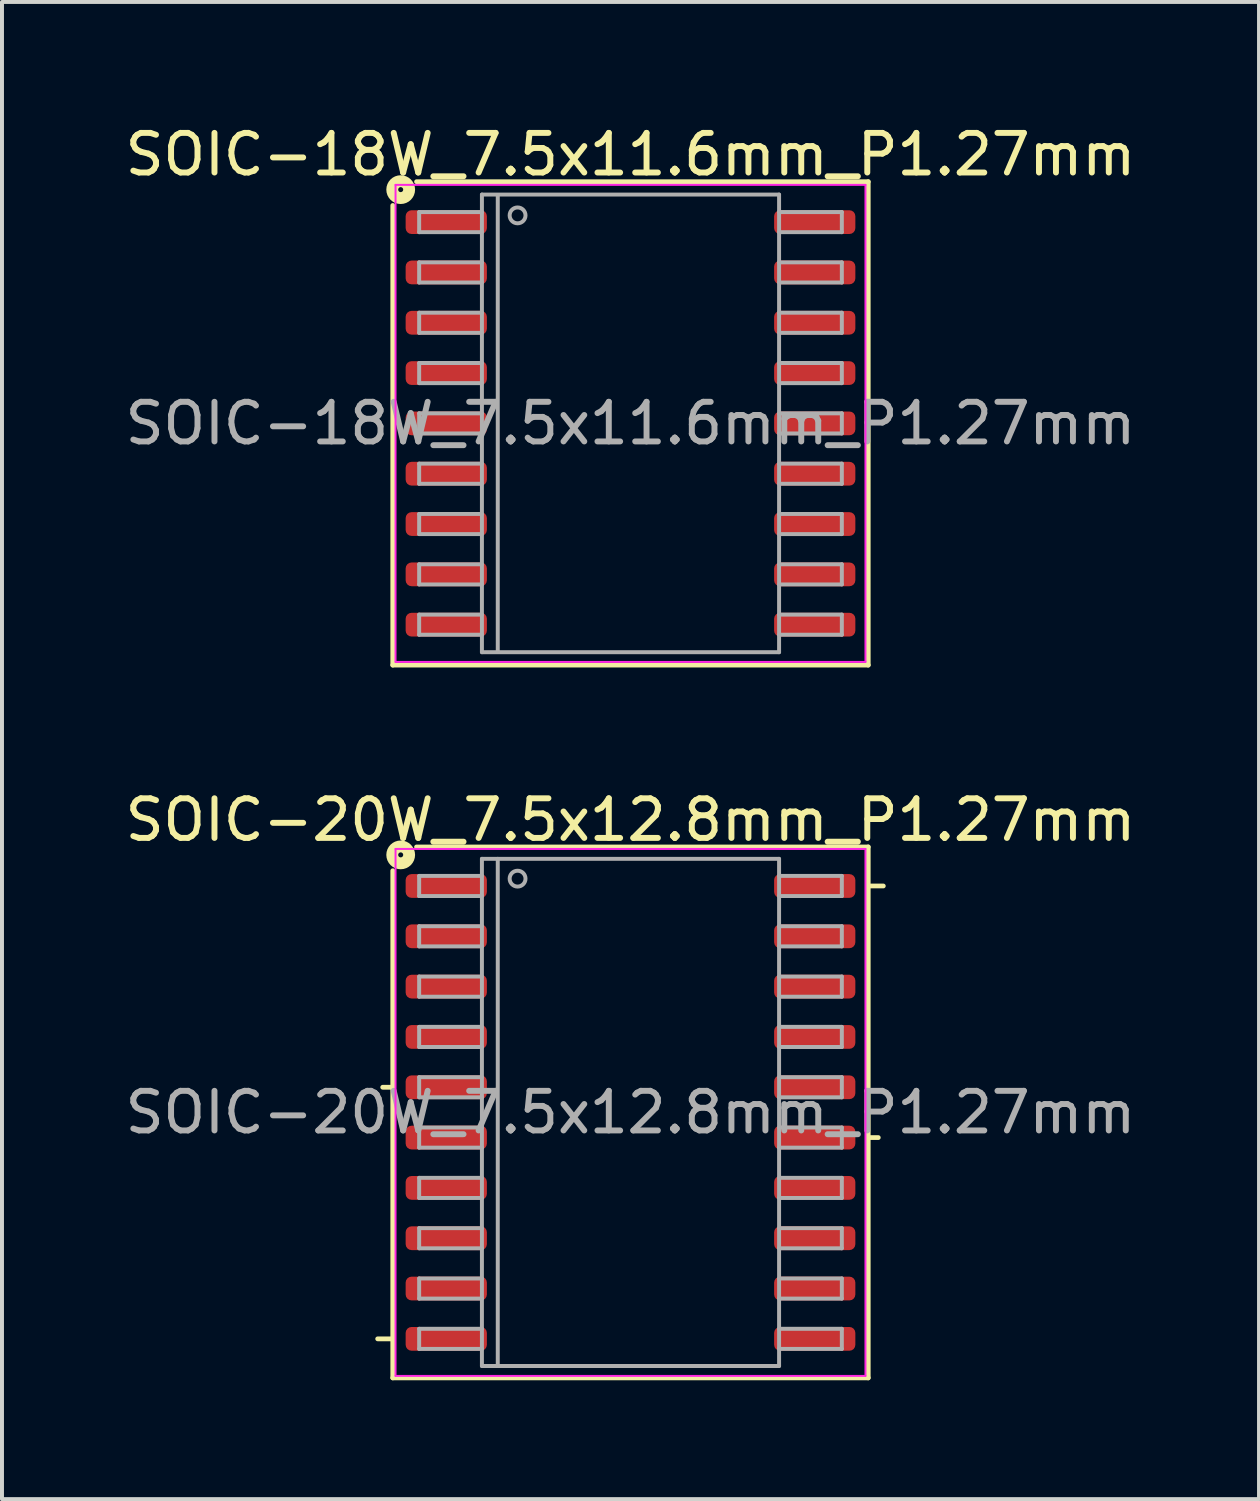
<source format=kicad_pcb>
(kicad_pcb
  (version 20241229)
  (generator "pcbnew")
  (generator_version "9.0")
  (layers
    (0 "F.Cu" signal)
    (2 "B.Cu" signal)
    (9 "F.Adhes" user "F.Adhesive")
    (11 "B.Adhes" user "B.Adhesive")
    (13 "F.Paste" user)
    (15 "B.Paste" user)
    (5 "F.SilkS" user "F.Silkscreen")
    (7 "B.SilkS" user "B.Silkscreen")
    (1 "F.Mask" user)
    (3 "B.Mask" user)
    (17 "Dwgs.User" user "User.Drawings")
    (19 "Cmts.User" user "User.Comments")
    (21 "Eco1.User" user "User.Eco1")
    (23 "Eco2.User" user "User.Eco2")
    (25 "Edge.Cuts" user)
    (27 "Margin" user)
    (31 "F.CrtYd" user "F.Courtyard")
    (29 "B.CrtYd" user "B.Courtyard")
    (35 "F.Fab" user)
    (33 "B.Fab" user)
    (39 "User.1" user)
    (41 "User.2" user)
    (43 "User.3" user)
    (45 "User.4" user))
  (footprint "SOIC-20W_7.5x12.8mm_P1.27mm"
    (layer "F.Cu")
    (at 12.863 25.026)
    (property "Reference" "SOIC-20W_7.5x12.8mm_P1.27mm" (at 0 -7.383 0) (layer "F.SilkS") (effects (font (size 1 1) (thickness 0.15))))
    (attr smd)
    (fp_line (start -6 -6.1) (end -6 6.7) (stroke (width 0.12) (type solid)) (layer "F.SilkS"))
    (fp_line (start -6 -0.635) (end -6.254 -0.635) (stroke (width 0.12) (type solid)) (layer "F.SilkS"))
    (fp_line (start -6 5.715) (end -6.381 5.715) (stroke (width 0.12) (type solid)) (layer "F.SilkS"))
    (fp_line (start -6 6.7) (end 6 6.7) (stroke (width 0.12) (type solid)) (layer "F.SilkS"))
    (fp_line (start 6 -6.7) (end -5.4 -6.7) (stroke (width 0.12) (type solid)) (layer "F.SilkS"))
    (fp_line (start 6 -5.715) (end 6.381 -5.715) (stroke (width 0.12) (type solid)) (layer "F.SilkS"))
    (fp_line (start 6 0.635) (end 6.254 0.635) (stroke (width 0.12) (type solid)) (layer "F.SilkS"))
    (fp_line (start 6 6.7) (end 6 -6.7) (stroke (width 0.12) (type solid)) (layer "F.SilkS"))
    (fp_circle (center -5.8 -6.5) (end -5.737 -6.5) (stroke (width 0.3) (type solid)) (fill no) (layer "F.SilkS"))
    (fp_line (start -5.93 -6.65) (end -5.93 6.65) (stroke (width 0.05) (type solid)) (layer "F.CrtYd"))
    (fp_line (start -5.93 6.65) (end 5.93 6.65) (stroke (width 0.05) (type solid)) (layer "F.CrtYd"))
    (fp_line (start 5.93 -6.65) (end -5.93 -6.65) (stroke (width 0.05) (type solid)) (layer "F.CrtYd"))
    (fp_line (start 5.93 6.65) (end 5.93 -6.65) (stroke (width 0.05) (type solid)) (layer "F.CrtYd"))
    (fp_line (start -5.334 -5.969) (end -5.334 -5.461) (stroke (width 0.1) (type solid)) (layer "F.Fab"))
    (fp_line (start -5.334 -5.969) (end -3.747 -5.969) (stroke (width 0.1) (type solid)) (layer "F.Fab"))
    (fp_line (start -5.334 -5.461) (end -3.747 -5.461) (stroke (width 0.1) (type solid)) (layer "F.Fab"))
    (fp_line (start -5.334 -4.699) (end -5.334 -4.191) (stroke (width 0.1) (type solid)) (layer "F.Fab"))
    (fp_line (start -5.334 -4.699) (end -3.747 -4.699) (stroke (width 0.1) (type solid)) (layer "F.Fab"))
    (fp_line (start -5.334 -4.191) (end -3.747 -4.191) (stroke (width 0.1) (type solid)) (layer "F.Fab"))
    (fp_line (start -5.334 -3.429) (end -5.334 -2.921) (stroke (width 0.1) (type solid)) (layer "F.Fab"))
    (fp_line (start -5.334 -3.429) (end -3.747 -3.429) (stroke (width 0.1) (type solid)) (layer "F.Fab"))
    (fp_line (start -5.334 -2.921) (end -3.747 -2.921) (stroke (width 0.1) (type solid)) (layer "F.Fab"))
    (fp_line (start -5.334 -2.159) (end -5.334 -1.651) (stroke (width 0.1) (type solid)) (layer "F.Fab"))
    (fp_line (start -5.334 -2.159) (end -3.747 -2.159) (stroke (width 0.1) (type solid)) (layer "F.Fab"))
    (fp_line (start -5.334 -1.651) (end -3.747 -1.651) (stroke (width 0.1) (type solid)) (layer "F.Fab"))
    (fp_line (start -5.334 -0.889) (end -5.334 -0.381) (stroke (width 0.1) (type solid)) (layer "F.Fab"))
    (fp_line (start -5.334 -0.889) (end -3.747 -0.889) (stroke (width 0.1) (type solid)) (layer "F.Fab"))
    (fp_line (start -5.334 -0.381) (end -3.747 -0.381) (stroke (width 0.1) (type solid)) (layer "F.Fab"))
    (fp_line (start -5.334 0.381) (end -5.334 0.889) (stroke (width 0.1) (type solid)) (layer "F.Fab"))
    (fp_line (start -5.334 0.381) (end -3.747 0.381) (stroke (width 0.1) (type solid)) (layer "F.Fab"))
    (fp_line (start -5.334 0.889) (end -3.747 0.889) (stroke (width 0.1) (type solid)) (layer "F.Fab"))
    (fp_line (start -5.334 1.651) (end -5.334 2.159) (stroke (width 0.1) (type solid)) (layer "F.Fab"))
    (fp_line (start -5.334 1.651) (end -3.747 1.651) (stroke (width 0.1) (type solid)) (layer "F.Fab"))
    (fp_line (start -5.334 2.159) (end -3.747 2.159) (stroke (width 0.1) (type solid)) (layer "F.Fab"))
    (fp_line (start -5.334 2.921) (end -5.334 3.429) (stroke (width 0.1) (type solid)) (layer "F.Fab"))
    (fp_line (start -5.334 2.921) (end -3.747 2.921) (stroke (width 0.1) (type solid)) (layer "F.Fab"))
    (fp_line (start -5.334 3.429) (end -3.747 3.429) (stroke (width 0.1) (type solid)) (layer "F.Fab"))
    (fp_line (start -5.334 4.191) (end -5.334 4.699) (stroke (width 0.1) (type solid)) (layer "F.Fab"))
    (fp_line (start -5.334 4.191) (end -3.747 4.191) (stroke (width 0.1) (type solid)) (layer "F.Fab"))
    (fp_line (start -5.334 4.699) (end -3.747 4.699) (stroke (width 0.1) (type solid)) (layer "F.Fab"))
    (fp_line (start -5.334 5.461) (end -5.334 5.969) (stroke (width 0.1) (type solid)) (layer "F.Fab"))
    (fp_line (start -5.334 5.461) (end -3.747 5.461) (stroke (width 0.1) (type solid)) (layer "F.Fab"))
    (fp_line (start -5.334 5.969) (end -3.747 5.969) (stroke (width 0.1) (type solid)) (layer "F.Fab"))
    (fp_line (start -3.75 -6.4) (end 3.75 -6.4) (stroke (width 0.1) (type solid)) (layer "F.Fab"))
    (fp_line (start -3.75 6.4) (end -3.75 -6.4) (stroke (width 0.1) (type solid)) (layer "F.Fab"))
    (fp_line (start -3.35 -6.4) (end -3.35 6.4) (stroke (width 0.1) (type solid)) (layer "F.Fab"))
    (fp_line (start 3.75 -6.4) (end 3.75 6.4) (stroke (width 0.1) (type solid)) (layer "F.Fab"))
    (fp_line (start 3.75 6.4) (end -3.75 6.4) (stroke (width 0.1) (type solid)) (layer "F.Fab"))
    (fp_line (start 5.334 -5.969) (end 3.747 -5.969) (stroke (width 0.1) (type solid)) (layer "F.Fab"))
    (fp_line (start 5.334 -5.461) (end 3.747 -5.461) (stroke (width 0.1) (type solid)) (layer "F.Fab"))
    (fp_line (start 5.334 -5.461) (end 5.334 -5.969) (stroke (width 0.1) (type solid)) (layer "F.Fab"))
    (fp_line (start 5.334 -4.699) (end 3.747 -4.699) (stroke (width 0.1) (type solid)) (layer "F.Fab"))
    (fp_line (start 5.334 -4.191) (end 3.747 -4.191) (stroke (width 0.1) (type solid)) (layer "F.Fab"))
    (fp_line (start 5.334 -4.191) (end 5.334 -4.699) (stroke (width 0.1) (type solid)) (layer "F.Fab"))
    (fp_line (start 5.334 -3.429) (end 3.747 -3.429) (stroke (width 0.1) (type solid)) (layer "F.Fab"))
    (fp_line (start 5.334 -2.921) (end 3.747 -2.921) (stroke (width 0.1) (type solid)) (layer "F.Fab"))
    (fp_line (start 5.334 -2.921) (end 5.334 -3.429) (stroke (width 0.1) (type solid)) (layer "F.Fab"))
    (fp_line (start 5.334 -2.159) (end 3.747 -2.159) (stroke (width 0.1) (type solid)) (layer "F.Fab"))
    (fp_line (start 5.334 -1.651) (end 3.747 -1.651) (stroke (width 0.1) (type solid)) (layer "F.Fab"))
    (fp_line (start 5.334 -1.651) (end 5.334 -2.159) (stroke (width 0.1) (type solid)) (layer "F.Fab"))
    (fp_line (start 5.334 -0.889) (end 3.747 -0.889) (stroke (width 0.1) (type solid)) (layer "F.Fab"))
    (fp_line (start 5.334 -0.381) (end 3.747 -0.381) (stroke (width 0.1) (type solid)) (layer "F.Fab"))
    (fp_line (start 5.334 -0.381) (end 5.334 -0.889) (stroke (width 0.1) (type solid)) (layer "F.Fab"))
    (fp_line (start 5.334 0.381) (end 3.747 0.381) (stroke (width 0.1) (type solid)) (layer "F.Fab"))
    (fp_line (start 5.334 0.889) (end 3.747 0.889) (stroke (width 0.1) (type solid)) (layer "F.Fab"))
    (fp_line (start 5.334 0.889) (end 5.334 0.381) (stroke (width 0.1) (type solid)) (layer "F.Fab"))
    (fp_line (start 5.334 1.651) (end 3.747 1.651) (stroke (width 0.1) (type solid)) (layer "F.Fab"))
    (fp_line (start 5.334 2.159) (end 3.747 2.159) (stroke (width 0.1) (type solid)) (layer "F.Fab"))
    (fp_line (start 5.334 2.159) (end 5.334 1.651) (stroke (width 0.1) (type solid)) (layer "F.Fab"))
    (fp_line (start 5.334 2.921) (end 3.747 2.921) (stroke (width 0.1) (type solid)) (layer "F.Fab"))
    (fp_line (start 5.334 3.429) (end 3.747 3.429) (stroke (width 0.1) (type solid)) (layer "F.Fab"))
    (fp_line (start 5.334 3.429) (end 5.334 2.921) (stroke (width 0.1) (type solid)) (layer "F.Fab"))
    (fp_line (start 5.334 4.191) (end 3.747 4.191) (stroke (width 0.1) (type solid)) (layer "F.Fab"))
    (fp_line (start 5.334 4.699) (end 3.747 4.699) (stroke (width 0.1) (type solid)) (layer "F.Fab"))
    (fp_line (start 5.334 4.699) (end 5.334 4.191) (stroke (width 0.1) (type solid)) (layer "F.Fab"))
    (fp_line (start 5.334 5.461) (end 3.747 5.461) (stroke (width 0.1) (type solid)) (layer "F.Fab"))
    (fp_line (start 5.334 5.969) (end 3.747 5.969) (stroke (width 0.1) (type solid)) (layer "F.Fab"))
    (fp_line (start 5.334 5.969) (end 5.334 5.461) (stroke (width 0.1) (type solid)) (layer "F.Fab"))
    (fp_circle (center -2.85 -5.9) (end -2.65 -5.9) (stroke (width 0.1) (type solid)) (fill no) (layer "F.Fab"))
    (fp_text user "${REFERENCE}" (at 0 0 0) (layer "F.Fab") (effects (font (size 1 1) (thickness 0.15))))
    (pad "1" smd roundrect (at -4.65 -5.715) (size 2.05 0.6) (layers "F.Cu" "F.Mask" "F.Paste") (roundrect_rratio 0.25))
    (pad "2" smd roundrect (at -4.65 -4.445) (size 2.05 0.6) (layers "F.Cu" "F.Mask" "F.Paste") (roundrect_rratio 0.25))
    (pad "3" smd roundrect (at -4.65 -3.175) (size 2.05 0.6) (layers "F.Cu" "F.Mask" "F.Paste") (roundrect_rratio 0.25))
    (pad "4" smd roundrect (at -4.65 -1.905) (size 2.05 0.6) (layers "F.Cu" "F.Mask" "F.Paste") (roundrect_rratio 0.25))
    (pad "5" smd roundrect (at -4.65 -0.635) (size 2.05 0.6) (layers "F.Cu" "F.Mask" "F.Paste") (roundrect_rratio 0.25))
    (pad "6" smd roundrect (at -4.65 0.635) (size 2.05 0.6) (layers "F.Cu" "F.Mask" "F.Paste") (roundrect_rratio 0.25))
    (pad "7" smd roundrect (at -4.65 1.905) (size 2.05 0.6) (layers "F.Cu" "F.Mask" "F.Paste") (roundrect_rratio 0.25))
    (pad "8" smd roundrect (at -4.65 3.175) (size 2.05 0.6) (layers "F.Cu" "F.Mask" "F.Paste") (roundrect_rratio 0.25))
    (pad "9" smd roundrect (at -4.65 4.445) (size 2.05 0.6) (layers "F.Cu" "F.Mask" "F.Paste") (roundrect_rratio 0.25))
    (pad "10" smd roundrect (at -4.65 5.715) (size 2.05 0.6) (layers "F.Cu" "F.Mask" "F.Paste") (roundrect_rratio 0.25))
    (pad "11" smd roundrect (at 4.65 5.715) (size 2.05 0.6) (layers "F.Cu" "F.Mask" "F.Paste") (roundrect_rratio 0.25))
    (pad "12" smd roundrect (at 4.65 4.445) (size 2.05 0.6) (layers "F.Cu" "F.Mask" "F.Paste") (roundrect_rratio 0.25))
    (pad "13" smd roundrect (at 4.65 3.175) (size 2.05 0.6) (layers "F.Cu" "F.Mask" "F.Paste") (roundrect_rratio 0.25))
    (pad "14" smd roundrect (at 4.65 1.905) (size 2.05 0.6) (layers "F.Cu" "F.Mask" "F.Paste") (roundrect_rratio 0.25))
    (pad "15" smd roundrect (at 4.65 0.635) (size 2.05 0.6) (layers "F.Cu" "F.Mask" "F.Paste") (roundrect_rratio 0.25))
    (pad "16" smd roundrect (at 4.65 -0.635) (size 2.05 0.6) (layers "F.Cu" "F.Mask" "F.Paste") (roundrect_rratio 0.25))
    (pad "17" smd roundrect (at 4.65 -1.905) (size 2.05 0.6) (layers "F.Cu" "F.Mask" "F.Paste") (roundrect_rratio 0.25))
    (pad "18" smd roundrect (at 4.65 -3.175) (size 2.05 0.6) (layers "F.Cu" "F.Mask" "F.Paste") (roundrect_rratio 0.25))
    (pad "19" smd roundrect (at 4.65 -4.445) (size 2.05 0.6) (layers "F.Cu" "F.Mask" "F.Paste") (roundrect_rratio 0.25))
    (pad "20" smd roundrect (at 4.65 -5.715) (size 2.05 0.6) (layers "F.Cu" "F.Mask" "F.Paste") (roundrect_rratio 0.25)))
  (footprint "SOIC-18W_7.5x11.6mm_P1.27mm"
    (layer "F.Cu")
    (at 12.863 7.636)
    (property "Reference" "SOIC-18W_7.5x11.6mm_P1.27mm" (at 0 -6.787 0) (layer "F.SilkS") (effects (font (size 1 1) (thickness 0.15))))
    (attr smd)
    (fp_line (start -6 -5.5) (end -6 6.1) (stroke (width 0.12) (type solid)) (layer "F.SilkS"))
    (fp_line (start -6 6.1) (end 6 6.1) (stroke (width 0.12) (type solid)) (layer "F.SilkS"))
    (fp_line (start 6 -6.1) (end -5.4 -6.1) (stroke (width 0.12) (type solid)) (layer "F.SilkS"))
    (fp_line (start 6 6.1) (end 6 -6.1) (stroke (width 0.12) (type solid)) (layer "F.SilkS"))
    (fp_circle (center -5.8 -5.9) (end -5.737 -5.9) (stroke (width 0.3) (type solid)) (fill no) (layer "F.SilkS"))
    (fp_line (start -5.93 -6.02) (end -5.93 6.02) (stroke (width 0.05) (type solid)) (layer "F.CrtYd"))
    (fp_line (start -5.93 6.02) (end 5.93 6.02) (stroke (width 0.05) (type solid)) (layer "F.CrtYd"))
    (fp_line (start 5.93 -6.02) (end -5.93 -6.02) (stroke (width 0.05) (type solid)) (layer "F.CrtYd"))
    (fp_line (start 5.93 6.02) (end 5.93 -6.02) (stroke (width 0.05) (type solid)) (layer "F.CrtYd"))
    (fp_line (start -5.334 -5.334) (end -5.334 -4.826) (stroke (width 0.1) (type solid)) (layer "F.Fab"))
    (fp_line (start -5.334 -5.334) (end -3.747 -5.334) (stroke (width 0.1) (type solid)) (layer "F.Fab"))
    (fp_line (start -5.334 -4.826) (end -3.747 -4.826) (stroke (width 0.1) (type solid)) (layer "F.Fab"))
    (fp_line (start -5.334 -4.064) (end -5.334 -3.556) (stroke (width 0.1) (type solid)) (layer "F.Fab"))
    (fp_line (start -5.334 -4.064) (end -3.747 -4.064) (stroke (width 0.1) (type solid)) (layer "F.Fab"))
    (fp_line (start -5.334 -3.556) (end -3.747 -3.556) (stroke (width 0.1) (type solid)) (layer "F.Fab"))
    (fp_line (start -5.334 -2.794) (end -5.334 -2.286) (stroke (width 0.1) (type solid)) (layer "F.Fab"))
    (fp_line (start -5.334 -2.794) (end -3.747 -2.794) (stroke (width 0.1) (type solid)) (layer "F.Fab"))
    (fp_line (start -5.334 -2.286) (end -3.747 -2.286) (stroke (width 0.1) (type solid)) (layer "F.Fab"))
    (fp_line (start -5.334 -1.524) (end -5.334 -1.016) (stroke (width 0.1) (type solid)) (layer "F.Fab"))
    (fp_line (start -5.334 -1.524) (end -3.747 -1.524) (stroke (width 0.1) (type solid)) (layer "F.Fab"))
    (fp_line (start -5.334 -1.016) (end -3.747 -1.016) (stroke (width 0.1) (type solid)) (layer "F.Fab"))
    (fp_line (start -5.334 -0.254) (end -5.334 0.254) (stroke (width 0.1) (type solid)) (layer "F.Fab"))
    (fp_line (start -5.334 -0.254) (end -3.747 -0.254) (stroke (width 0.1) (type solid)) (layer "F.Fab"))
    (fp_line (start -5.334 0.254) (end -3.747 0.254) (stroke (width 0.1) (type solid)) (layer "F.Fab"))
    (fp_line (start -5.334 1.016) (end -5.334 1.524) (stroke (width 0.1) (type solid)) (layer "F.Fab"))
    (fp_line (start -5.334 1.016) (end -3.747 1.016) (stroke (width 0.1) (type solid)) (layer "F.Fab"))
    (fp_line (start -5.334 1.524) (end -3.747 1.524) (stroke (width 0.1) (type solid)) (layer "F.Fab"))
    (fp_line (start -5.334 2.286) (end -5.334 2.794) (stroke (width 0.1) (type solid)) (layer "F.Fab"))
    (fp_line (start -5.334 2.286) (end -3.747 2.286) (stroke (width 0.1) (type solid)) (layer "F.Fab"))
    (fp_line (start -5.334 2.794) (end -3.747 2.794) (stroke (width 0.1) (type solid)) (layer "F.Fab"))
    (fp_line (start -5.334 3.556) (end -5.334 4.064) (stroke (width 0.1) (type solid)) (layer "F.Fab"))
    (fp_line (start -5.334 3.556) (end -3.747 3.556) (stroke (width 0.1) (type solid)) (layer "F.Fab"))
    (fp_line (start -5.334 4.064) (end -3.747 4.064) (stroke (width 0.1) (type solid)) (layer "F.Fab"))
    (fp_line (start -5.334 4.826) (end -5.334 5.334) (stroke (width 0.1) (type solid)) (layer "F.Fab"))
    (fp_line (start -5.334 4.826) (end -3.747 4.826) (stroke (width 0.1) (type solid)) (layer "F.Fab"))
    (fp_line (start -5.334 5.334) (end -3.747 5.334) (stroke (width 0.1) (type solid)) (layer "F.Fab"))
    (fp_line (start -3.75 -5.775) (end 3.75 -5.775) (stroke (width 0.1) (type solid)) (layer "F.Fab"))
    (fp_line (start -3.75 5.775) (end -3.75 -5.775) (stroke (width 0.1) (type solid)) (layer "F.Fab"))
    (fp_line (start -3.35 -5.75) (end -3.35 5.75) (stroke (width 0.1) (type solid)) (layer "F.Fab"))
    (fp_line (start 3.75 -5.775) (end 3.75 5.775) (stroke (width 0.1) (type solid)) (layer "F.Fab"))
    (fp_line (start 3.75 5.775) (end -3.75 5.775) (stroke (width 0.1) (type solid)) (layer "F.Fab"))
    (fp_line (start 5.334 -5.334) (end 3.747 -5.334) (stroke (width 0.1) (type solid)) (layer "F.Fab"))
    (fp_line (start 5.334 -4.826) (end 3.747 -4.826) (stroke (width 0.1) (type solid)) (layer "F.Fab"))
    (fp_line (start 5.334 -4.826) (end 5.334 -5.334) (stroke (width 0.1) (type solid)) (layer "F.Fab"))
    (fp_line (start 5.334 -4.064) (end 3.747 -4.064) (stroke (width 0.1) (type solid)) (layer "F.Fab"))
    (fp_line (start 5.334 -3.556) (end 3.747 -3.556) (stroke (width 0.1) (type solid)) (layer "F.Fab"))
    (fp_line (start 5.334 -3.556) (end 5.334 -4.064) (stroke (width 0.1) (type solid)) (layer "F.Fab"))
    (fp_line (start 5.334 -2.794) (end 3.747 -2.794) (stroke (width 0.1) (type solid)) (layer "F.Fab"))
    (fp_line (start 5.334 -2.286) (end 3.747 -2.286) (stroke (width 0.1) (type solid)) (layer "F.Fab"))
    (fp_line (start 5.334 -2.286) (end 5.334 -2.794) (stroke (width 0.1) (type solid)) (layer "F.Fab"))
    (fp_line (start 5.334 -1.524) (end 3.747 -1.524) (stroke (width 0.1) (type solid)) (layer "F.Fab"))
    (fp_line (start 5.334 -1.016) (end 3.747 -1.016) (stroke (width 0.1) (type solid)) (layer "F.Fab"))
    (fp_line (start 5.334 -1.016) (end 5.334 -1.524) (stroke (width 0.1) (type solid)) (layer "F.Fab"))
    (fp_line (start 5.334 -0.254) (end 3.747 -0.254) (stroke (width 0.1) (type solid)) (layer "F.Fab"))
    (fp_line (start 5.334 0.254) (end 3.747 0.254) (stroke (width 0.1) (type solid)) (layer "F.Fab"))
    (fp_line (start 5.334 0.254) (end 5.334 -0.254) (stroke (width 0.1) (type solid)) (layer "F.Fab"))
    (fp_line (start 5.334 1.016) (end 3.747 1.016) (stroke (width 0.1) (type solid)) (layer "F.Fab"))
    (fp_line (start 5.334 1.524) (end 3.747 1.524) (stroke (width 0.1) (type solid)) (layer "F.Fab"))
    (fp_line (start 5.334 1.524) (end 5.334 1.016) (stroke (width 0.1) (type solid)) (layer "F.Fab"))
    (fp_line (start 5.334 2.286) (end 3.747 2.286) (stroke (width 0.1) (type solid)) (layer "F.Fab"))
    (fp_line (start 5.334 2.794) (end 3.747 2.794) (stroke (width 0.1) (type solid)) (layer "F.Fab"))
    (fp_line (start 5.334 2.794) (end 5.334 2.286) (stroke (width 0.1) (type solid)) (layer "F.Fab"))
    (fp_line (start 5.334 3.556) (end 3.747 3.556) (stroke (width 0.1) (type solid)) (layer "F.Fab"))
    (fp_line (start 5.334 4.064) (end 3.747 4.064) (stroke (width 0.1) (type solid)) (layer "F.Fab"))
    (fp_line (start 5.334 4.064) (end 5.334 3.556) (stroke (width 0.1) (type solid)) (layer "F.Fab"))
    (fp_line (start 5.334 4.826) (end 3.747 4.826) (stroke (width 0.1) (type solid)) (layer "F.Fab"))
    (fp_line (start 5.334 5.334) (end 3.747 5.334) (stroke (width 0.1) (type solid)) (layer "F.Fab"))
    (fp_line (start 5.334 5.334) (end 5.334 4.826) (stroke (width 0.1) (type solid)) (layer "F.Fab"))
    (fp_circle (center -2.85 -5.25) (end -2.65 -5.25) (stroke (width 0.1) (type solid)) (fill no) (layer "F.Fab"))
    (fp_text user "${REFERENCE}" (at 0 0 0) (layer "F.Fab") (effects (font (size 1 1) (thickness 0.15))))
    (pad "1" smd roundrect (at -4.65 -5.08) (size 2.05 0.6) (layers "F.Cu" "F.Mask" "F.Paste") (roundrect_rratio 0.25))
    (pad "2" smd roundrect (at -4.65 -3.81) (size 2.05 0.6) (layers "F.Cu" "F.Mask" "F.Paste") (roundrect_rratio 0.25))
    (pad "3" smd roundrect (at -4.65 -2.54) (size 2.05 0.6) (layers "F.Cu" "F.Mask" "F.Paste") (roundrect_rratio 0.25))
    (pad "4" smd roundrect (at -4.65 -1.27) (size 2.05 0.6) (layers "F.Cu" "F.Mask" "F.Paste") (roundrect_rratio 0.25))
    (pad "5" smd roundrect (at -4.65 0) (size 2.05 0.6) (layers "F.Cu" "F.Mask" "F.Paste") (roundrect_rratio 0.25))
    (pad "6" smd roundrect (at -4.65 1.27) (size 2.05 0.6) (layers "F.Cu" "F.Mask" "F.Paste") (roundrect_rratio 0.25))
    (pad "7" smd roundrect (at -4.65 2.54) (size 2.05 0.6) (layers "F.Cu" "F.Mask" "F.Paste") (roundrect_rratio 0.25))
    (pad "8" smd roundrect (at -4.65 3.81) (size 2.05 0.6) (layers "F.Cu" "F.Mask" "F.Paste") (roundrect_rratio 0.25))
    (pad "9" smd roundrect (at -4.65 5.08) (size 2.05 0.6) (layers "F.Cu" "F.Mask" "F.Paste") (roundrect_rratio 0.25))
    (pad "10" smd roundrect (at 4.65 5.08) (size 2.05 0.6) (layers "F.Cu" "F.Mask" "F.Paste") (roundrect_rratio 0.25))
    (pad "11" smd roundrect (at 4.65 3.81) (size 2.05 0.6) (layers "F.Cu" "F.Mask" "F.Paste") (roundrect_rratio 0.25))
    (pad "12" smd roundrect (at 4.65 2.54) (size 2.05 0.6) (layers "F.Cu" "F.Mask" "F.Paste") (roundrect_rratio 0.25))
    (pad "13" smd roundrect (at 4.65 1.27) (size 2.05 0.6) (layers "F.Cu" "F.Mask" "F.Paste") (roundrect_rratio 0.25))
    (pad "14" smd roundrect (at 4.65 0) (size 2.05 0.6) (layers "F.Cu" "F.Mask" "F.Paste") (roundrect_rratio 0.25))
    (pad "15" smd roundrect (at 4.65 -1.27) (size 2.05 0.6) (layers "F.Cu" "F.Mask" "F.Paste") (roundrect_rratio 0.25))
    (pad "16" smd roundrect (at 4.65 -2.54) (size 2.05 0.6) (layers "F.Cu" "F.Mask" "F.Paste") (roundrect_rratio 0.25))
    (pad "17" smd roundrect (at 4.65 -3.81) (size 2.05 0.6) (layers "F.Cu" "F.Mask" "F.Paste") (roundrect_rratio 0.25))
    (pad "18" smd roundrect (at 4.65 -5.08) (size 2.05 0.6) (layers "F.Cu" "F.Mask" "F.Paste") (roundrect_rratio 0.25)))
  (gr_rect
    (start -3 -3)
    (end 28.726 34.786)
    (stroke (width 0.1) (type default))
    (fill no)
    (layer "Edge.Cuts")))
</source>
